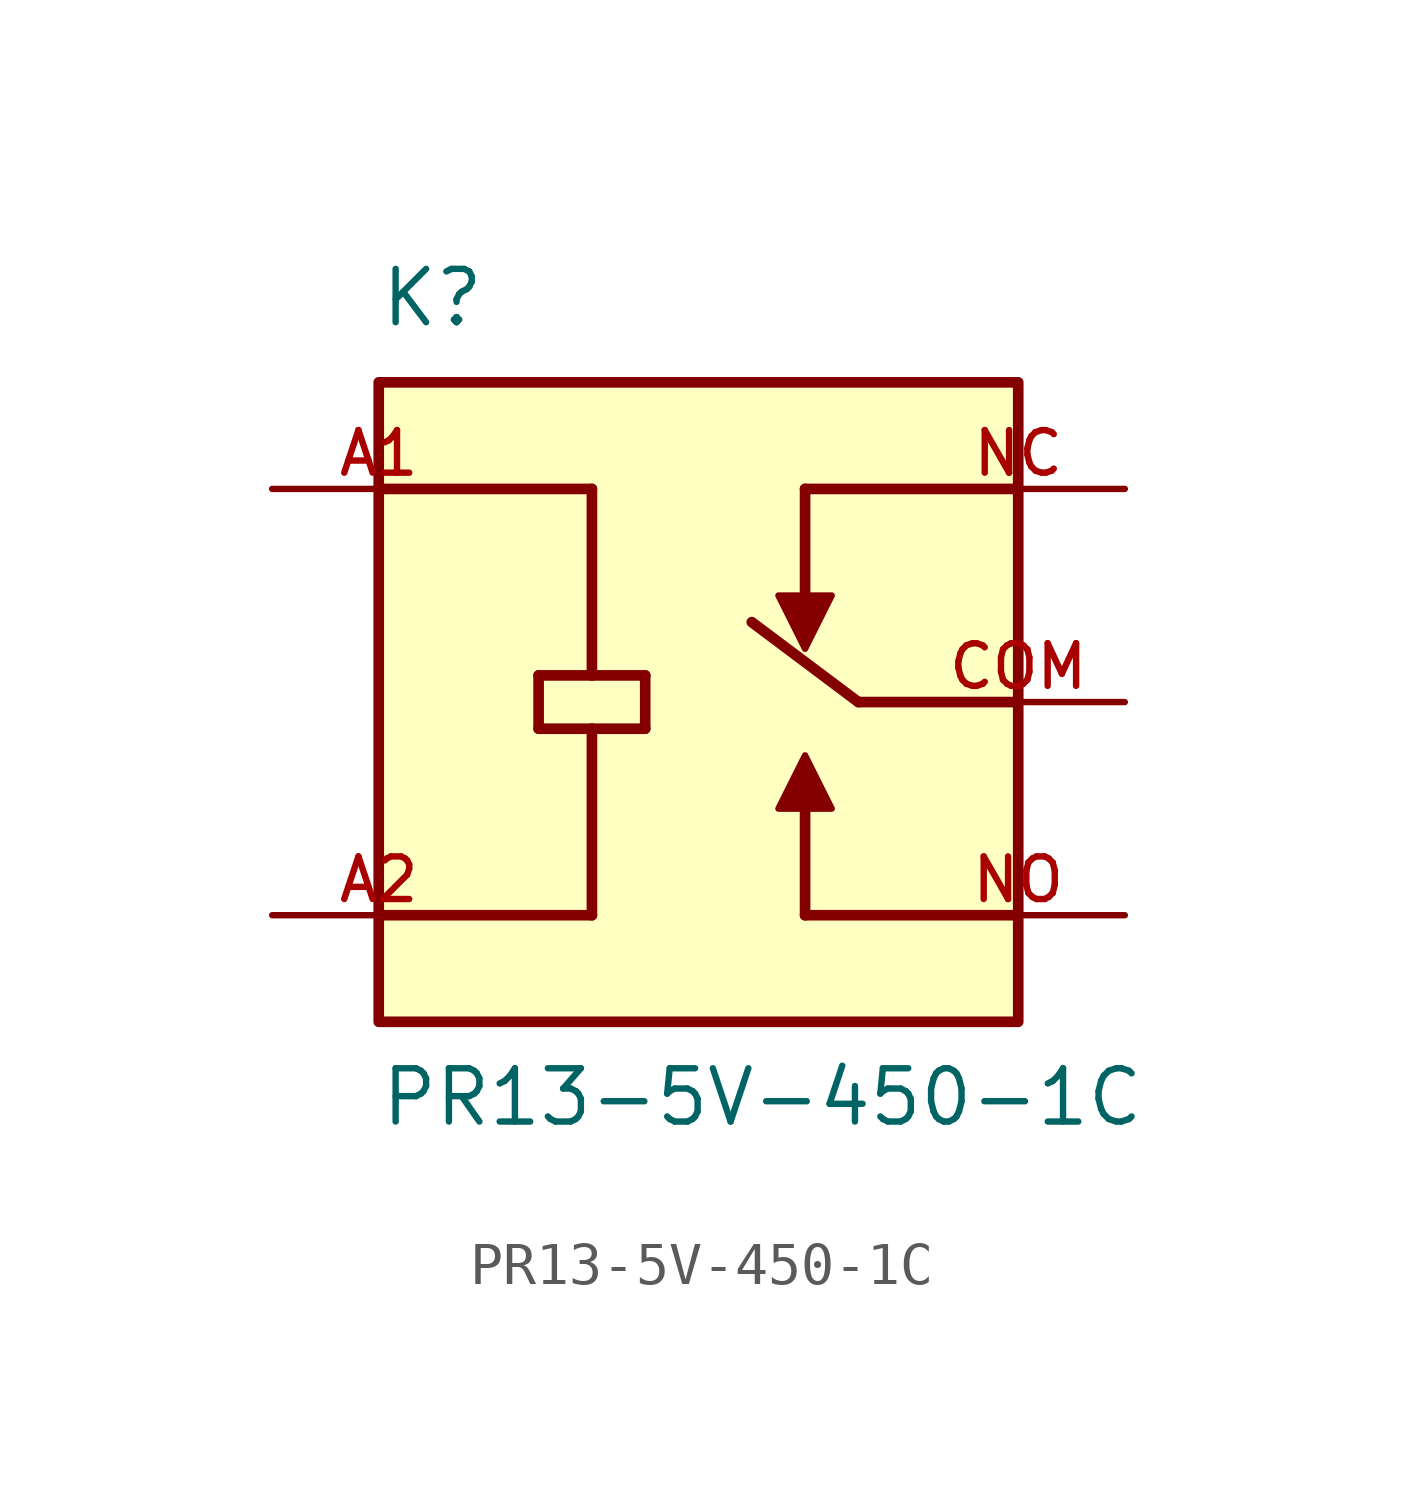
<source format=kicad_sym>
(kicad_symbol_lib
  (version 20211014)
  (generator kicad_symbol_editor)
  (symbol "PR13-5V-450-1C"
    (pin_names
      (offset 1.016))
    (property "Reference" "K"
      (at -7.62 8.89 0)
      (effects (font (size 1.27 1.27)) (justify bottom left)))
    (property "Value" "PR13-5V-450-1C"
      (at -7.62 -10.16 0)
      (effects (font (size 1.27 1.27)) (justify bottom left)))
    (symbol "PR13-5V-450-1C_0_0"
      (polyline (pts (xy 7.62 0.0) (xy 3.81 0.0)) (stroke (width 0.254)))
      (polyline (pts (xy 7.62 -5.08) (xy 2.54 -5.08)) (stroke (width 0.254)))
      (polyline (pts (xy 2.54 -5.08) (xy 2.54 -2.54)) (stroke (width 0.254)))
      (polyline (pts (xy 1.905 -2.54) (xy 3.175 -2.54) (xy 2.54 -1.27) (xy 1.905 -2.54)) (stroke (width 0.152)) (fill (type outline)))
      (polyline (pts (xy -7.62 5.08) (xy -2.54 5.08)) (stroke (width 0.254)))
      (polyline (pts (xy -3.81 0.635) (xy -2.54 0.635)) (stroke (width 0.254)))
      (polyline (pts (xy -2.54 0.635) (xy -1.27 0.635)) (stroke (width 0.254)))
      (polyline (pts (xy -1.27 0.635) (xy -1.27 -0.635)) (stroke (width 0.254)))
      (polyline (pts (xy -1.27 -0.635) (xy -2.54 -0.635)) (stroke (width 0.254)))
      (polyline (pts (xy -2.54 -0.635) (xy -3.81 -0.635)) (stroke (width 0.254)))
      (polyline (pts (xy -3.81 -0.635) (xy -3.81 0.635)) (stroke (width 0.254)))
      (polyline (pts (xy -7.62 -5.08) (xy -2.54 -5.08)) (stroke (width 0.254)))
      (polyline (pts (xy -2.54 5.08) (xy -2.54 0.635)) (stroke (width 0.254)))
      (polyline (pts (xy -2.54 -0.635) (xy -2.54 -5.08)) (stroke (width 0.254)))
      (polyline (pts (xy 2.54 5.08) (xy 2.54 2.54)) (stroke (width 0.254)))
      (polyline (pts (xy 3.175 2.54) (xy 1.905 2.54) (xy 2.54 1.27) (xy 3.175 2.54)) (stroke (width 0.152)) (fill (type outline)))
      (polyline (pts (xy 2.54 5.08) (xy 7.62 5.08)) (stroke (width 0.254)))
      (polyline (pts (xy 3.81 0.0) (xy 1.27 1.905)) (stroke (width 0.254)))
      (rectangle (start -7.62 -7.62) (end 7.62 7.62) (stroke (width 0.254)) (fill (type background)))
      (pin passive line (at 10.16 0.0 180.0) (length 5.08) (name "~" (effects (font (size 1.016 1.016)))) (number "COM" (effects (font (size 1.016 1.016)))))
      (pin passive line (at 10.16 -5.08 180.0) (length 5.08) (name "~" (effects (font (size 1.016 1.016)))) (number "NO" (effects (font (size 1.016 1.016)))))
      (pin passive line (at -10.16 5.08 0) (length 5.08) (name "~" (effects (font (size 1.016 1.016)))) (number "A1" (effects (font (size 1.016 1.016)))))
      (pin passive line (at -10.16 -5.08 0) (length 5.08) (name "~" (effects (font (size 1.016 1.016)))) (number "A2" (effects (font (size 1.016 1.016)))))
      (pin passive line (at 10.16 5.08 180.0) (length 5.08) (name "~" (effects (font (size 1.016 1.016)))) (number "NC" (effects (font (size 1.016 1.016))))))))
</source>
